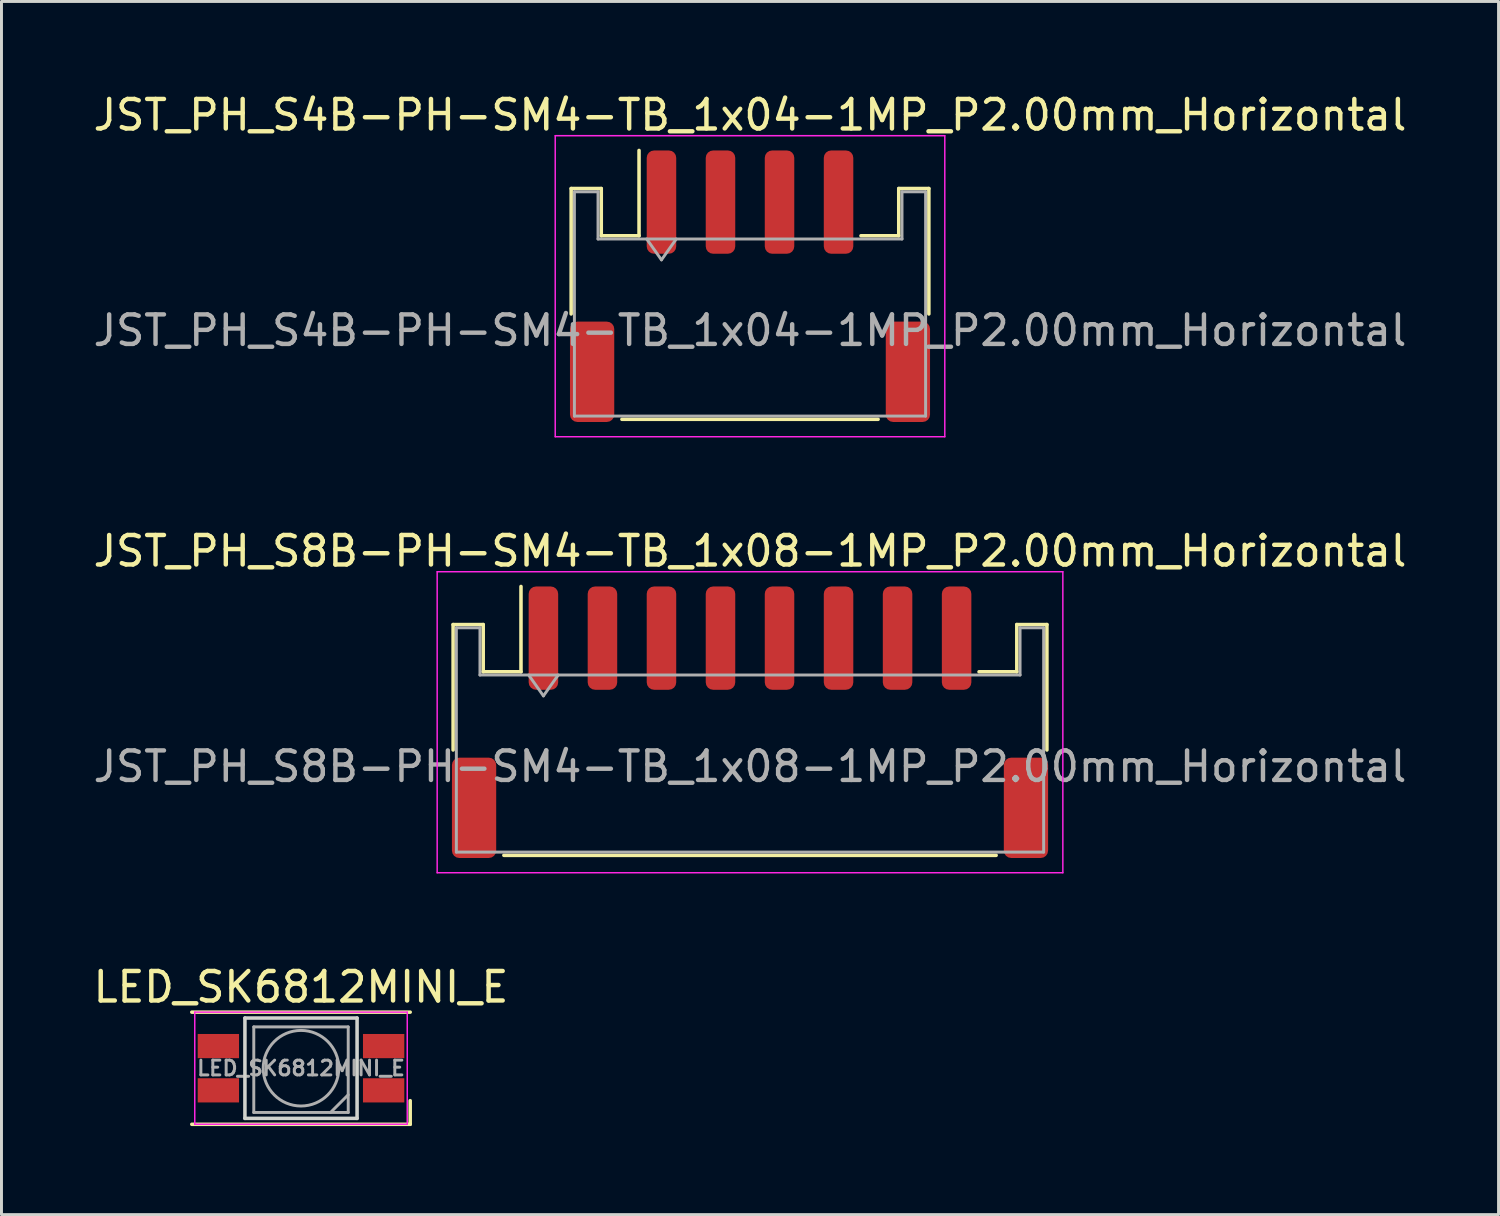
<source format=kicad_pcb>
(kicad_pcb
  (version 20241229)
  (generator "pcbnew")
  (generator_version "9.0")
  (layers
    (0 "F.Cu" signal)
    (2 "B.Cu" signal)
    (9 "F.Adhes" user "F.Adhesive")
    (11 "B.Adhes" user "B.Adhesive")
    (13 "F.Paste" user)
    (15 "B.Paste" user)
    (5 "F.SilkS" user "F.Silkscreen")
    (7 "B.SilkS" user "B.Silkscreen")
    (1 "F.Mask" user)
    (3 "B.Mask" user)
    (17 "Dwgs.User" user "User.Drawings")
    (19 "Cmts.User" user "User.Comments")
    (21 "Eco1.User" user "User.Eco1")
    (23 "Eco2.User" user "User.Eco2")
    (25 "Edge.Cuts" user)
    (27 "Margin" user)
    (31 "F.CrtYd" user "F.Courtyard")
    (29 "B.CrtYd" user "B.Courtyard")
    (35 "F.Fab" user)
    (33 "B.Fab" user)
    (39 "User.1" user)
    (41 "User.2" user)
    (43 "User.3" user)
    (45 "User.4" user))
  (footprint "LED_SK6812MINI_E"
    (layer "F.Cu")
    (at 7.149 33.145)
    (property "Reference" "LED_SK6812MINI_E" (at 0 -2.75 0) (layer "F.SilkS") (effects (font (size 1 1) (thickness 0.15))))
    (attr smd)
    (fp_line (start -3.7 -1.9) (end 3.7 -1.9) (stroke (width 0.12) (type default)) (layer "F.SilkS"))
    (fp_line (start -3.7 1.9) (end 3.7 1.9) (stroke (width 0.12) (type default)) (layer "F.SilkS"))
    (fp_line (start 3.7 1.9) (end 3.7 1.1) (stroke (width 0.12) (type default)) (layer "F.SilkS"))
    (fp_line (start -1.9 -1.7) (end 1.9 -1.7) (stroke (width 0.12) (type default)) (layer "Edge.Cuts"))
    (fp_line (start -1.9 1.7) (end -1.9 -1.7) (stroke (width 0.12) (type default)) (layer "Edge.Cuts"))
    (fp_line (start 1.9 -1.7) (end 1.9 1.7) (stroke (width 0.12) (type default)) (layer "Edge.Cuts"))
    (fp_line (start 1.9 1.7) (end -1.9 1.7) (stroke (width 0.12) (type default)) (layer "Edge.Cuts"))
    (fp_line (start -3.6 -1.9) (end 3.6 -1.9) (stroke (width 0.05) (type default)) (layer "F.CrtYd"))
    (fp_line (start -3.6 1.9) (end -3.6 -1.9) (stroke (width 0.05) (type default)) (layer "F.CrtYd"))
    (fp_line (start 3.6 -1.9) (end 3.6 1.9) (stroke (width 0.05) (type default)) (layer "F.CrtYd"))
    (fp_line (start 3.6 1.9) (end -3.6 1.9) (stroke (width 0.05) (type default)) (layer "F.CrtYd"))
    (fp_line (start -1.6 -1.4) (end 1.6 -1.4) (stroke (width 0.1) (type default)) (layer "F.Fab"))
    (fp_line (start -1.6 1.5) (end -1.6 -1.4) (stroke (width 0.1) (type default)) (layer "F.Fab"))
    (fp_line (start 1.6 -1.4) (end 1.6 1.5) (stroke (width 0.1) (type default)) (layer "F.Fab"))
    (fp_line (start 1.6 0.9) (end 1 1.5) (stroke (width 0.1) (type default)) (layer "F.Fab"))
    (fp_line (start 1.6 1.5) (end -1.6 1.5) (stroke (width 0.1) (type default)) (layer "F.Fab"))
    (fp_circle (center 0 0) (end -1 -0.8) (stroke (width 0.1) (type default)) (fill no) (layer "F.Fab"))
    (fp_text user "${REFERENCE}" (at 0 0 0) (layer "F.Fab") (effects (font (size 0.5 0.5) (thickness 0.1))))
    (pad "1" smd rect (at -2.8 -0.75) (size 1.4 0.82) (layers "F.Cu" "F.Mask" "F.Paste"))
    (pad "2" smd rect (at -2.8 0.75) (size 1.4 0.82) (layers "F.Cu" "F.Mask" "F.Paste"))
    (pad "3" smd rect (at 2.8 0.75) (size 1.4 0.82) (layers "F.Cu" "F.Mask" "F.Paste"))
    (pad "4" smd rect (at 2.8 -0.75) (size 1.4 0.82) (layers "F.Cu" "F.Mask" "F.Paste")))
  (footprint "JST_PH_S8B-PH-SM4-TB_1x08-1MP_P2.00mm_Horizontal"
    (layer "F.Cu")
    (at 22.363 21.422)
    (property "Reference" "JST_PH_S8B-PH-SM4-TB_1x08-1MP_P2.00mm_Horizontal" (at 0 -5.8 0) (layer "F.SilkS") (effects (font (size 1 1) (thickness 0.15))))
    (attr smd)
    (fp_line (start -10.06 -3.31) (end -9.04 -3.31) (stroke (width 0.12) (type solid)) (layer "F.SilkS"))
    (fp_line (start -10.06 0.94) (end -10.06 -3.31) (stroke (width 0.12) (type solid)) (layer "F.SilkS"))
    (fp_line (start -9.04 -3.31) (end -9.04 -1.71) (stroke (width 0.12) (type solid)) (layer "F.SilkS"))
    (fp_line (start -9.04 -1.71) (end -7.76 -1.71) (stroke (width 0.12) (type solid)) (layer "F.SilkS"))
    (fp_line (start -8.34 4.51) (end 8.34 4.51) (stroke (width 0.12) (type solid)) (layer "F.SilkS"))
    (fp_line (start -7.76 -1.71) (end -7.76 -4.6) (stroke (width 0.12) (type solid)) (layer "F.SilkS"))
    (fp_line (start 9.04 -3.31) (end 9.04 -1.71) (stroke (width 0.12) (type solid)) (layer "F.SilkS"))
    (fp_line (start 9.04 -1.71) (end 7.76 -1.71) (stroke (width 0.12) (type solid)) (layer "F.SilkS"))
    (fp_line (start 10.06 -3.31) (end 9.04 -3.31) (stroke (width 0.12) (type solid)) (layer "F.SilkS"))
    (fp_line (start 10.06 0.94) (end 10.06 -3.31) (stroke (width 0.12) (type solid)) (layer "F.SilkS"))
    (fp_line (start -10.6 -5.1) (end -10.6 5.1) (stroke (width 0.05) (type solid)) (layer "F.CrtYd"))
    (fp_line (start -10.6 5.1) (end 10.6 5.1) (stroke (width 0.05) (type solid)) (layer "F.CrtYd"))
    (fp_line (start 10.6 -5.1) (end -10.6 -5.1) (stroke (width 0.05) (type solid)) (layer "F.CrtYd"))
    (fp_line (start 10.6 5.1) (end 10.6 -5.1) (stroke (width 0.05) (type solid)) (layer "F.CrtYd"))
    (fp_line (start -9.95 -3.2) (end -9.95 4.4) (stroke (width 0.1) (type solid)) (layer "F.Fab"))
    (fp_line (start -9.95 -3.2) (end -9.15 -3.2) (stroke (width 0.1) (type solid)) (layer "F.Fab"))
    (fp_line (start -9.95 4.4) (end 9.95 4.4) (stroke (width 0.1) (type solid)) (layer "F.Fab"))
    (fp_line (start -9.15 -3.2) (end -9.15 -1.6) (stroke (width 0.1) (type solid)) (layer "F.Fab"))
    (fp_line (start -9.15 -1.6) (end 9.15 -1.6) (stroke (width 0.1) (type solid)) (layer "F.Fab"))
    (fp_line (start -7.5 -1.6) (end -7 -0.893) (stroke (width 0.1) (type solid)) (layer "F.Fab"))
    (fp_line (start -7 -0.893) (end -6.5 -1.6) (stroke (width 0.1) (type solid)) (layer "F.Fab"))
    (fp_line (start 9.15 -3.2) (end 9.95 -3.2) (stroke (width 0.1) (type solid)) (layer "F.Fab"))
    (fp_line (start 9.15 -1.6) (end 9.15 -3.2) (stroke (width 0.1) (type solid)) (layer "F.Fab"))
    (fp_line (start 9.95 -3.2) (end 9.95 4.4) (stroke (width 0.1) (type solid)) (layer "F.Fab"))
    (fp_text user "${REFERENCE}" (at 0 1.5 0) (layer "F.Fab") (effects (font (size 1 1) (thickness 0.15))))
    (pad "" smd roundrect (at -9.35 2.9) (size 1.5 3.4) (layers "F.Cu" "F.Mask" "F.Paste") (roundrect_rratio 0.167))
    (pad "" smd roundrect (at 9.35 2.9) (size 1.5 3.4) (layers "F.Cu" "F.Mask" "F.Paste") (roundrect_rratio 0.167))
    (pad "1" smd roundrect (at -7 -2.85) (size 1 3.5) (layers "F.Cu" "F.Mask" "F.Paste") (roundrect_rratio 0.25))
    (pad "2" smd roundrect (at -5 -2.85) (size 1 3.5) (layers "F.Cu" "F.Mask" "F.Paste") (roundrect_rratio 0.25))
    (pad "3" smd roundrect (at -3 -2.85) (size 1 3.5) (layers "F.Cu" "F.Mask" "F.Paste") (roundrect_rratio 0.25))
    (pad "4" smd roundrect (at -1 -2.85) (size 1 3.5) (layers "F.Cu" "F.Mask" "F.Paste") (roundrect_rratio 0.25))
    (pad "5" smd roundrect (at 1 -2.85) (size 1 3.5) (layers "F.Cu" "F.Mask" "F.Paste") (roundrect_rratio 0.25))
    (pad "6" smd roundrect (at 3 -2.85) (size 1 3.5) (layers "F.Cu" "F.Mask" "F.Paste") (roundrect_rratio 0.25))
    (pad "7" smd roundrect (at 5 -2.85) (size 1 3.5) (layers "F.Cu" "F.Mask" "F.Paste") (roundrect_rratio 0.25))
    (pad "8" smd roundrect (at 7 -2.85) (size 1 3.5) (layers "F.Cu" "F.Mask" "F.Paste") (roundrect_rratio 0.25)))
  (footprint "JST_PH_S4B-PH-SM4-TB_1x04-1MP_P2.00mm_Horizontal"
    (layer "F.Cu")
    (at 22.363 6.648)
    (property "Reference" "JST_PH_S4B-PH-SM4-TB_1x04-1MP_P2.00mm_Horizontal" (at 0 -5.8 0) (layer "F.SilkS") (effects (font (size 1 1) (thickness 0.15))))
    (attr smd)
    (fp_line (start -6.06 -3.31) (end -5.04 -3.31) (stroke (width 0.12) (type solid)) (layer "F.SilkS"))
    (fp_line (start -6.06 0.94) (end -6.06 -3.31) (stroke (width 0.12) (type solid)) (layer "F.SilkS"))
    (fp_line (start -5.04 -3.31) (end -5.04 -1.71) (stroke (width 0.12) (type solid)) (layer "F.SilkS"))
    (fp_line (start -5.04 -1.71) (end -3.76 -1.71) (stroke (width 0.12) (type solid)) (layer "F.SilkS"))
    (fp_line (start -4.34 4.51) (end 4.34 4.51) (stroke (width 0.12) (type solid)) (layer "F.SilkS"))
    (fp_line (start -3.76 -1.71) (end -3.76 -4.6) (stroke (width 0.12) (type solid)) (layer "F.SilkS"))
    (fp_line (start 5.04 -3.31) (end 5.04 -1.71) (stroke (width 0.12) (type solid)) (layer "F.SilkS"))
    (fp_line (start 5.04 -1.71) (end 3.76 -1.71) (stroke (width 0.12) (type solid)) (layer "F.SilkS"))
    (fp_line (start 6.06 -3.31) (end 5.04 -3.31) (stroke (width 0.12) (type solid)) (layer "F.SilkS"))
    (fp_line (start 6.06 0.94) (end 6.06 -3.31) (stroke (width 0.12) (type solid)) (layer "F.SilkS"))
    (fp_line (start -6.6 -5.1) (end -6.6 5.1) (stroke (width 0.05) (type solid)) (layer "F.CrtYd"))
    (fp_line (start -6.6 5.1) (end 6.6 5.1) (stroke (width 0.05) (type solid)) (layer "F.CrtYd"))
    (fp_line (start 6.6 -5.1) (end -6.6 -5.1) (stroke (width 0.05) (type solid)) (layer "F.CrtYd"))
    (fp_line (start 6.6 5.1) (end 6.6 -5.1) (stroke (width 0.05) (type solid)) (layer "F.CrtYd"))
    (fp_line (start -5.95 -3.2) (end -5.95 4.4) (stroke (width 0.1) (type solid)) (layer "F.Fab"))
    (fp_line (start -5.95 -3.2) (end -5.15 -3.2) (stroke (width 0.1) (type solid)) (layer "F.Fab"))
    (fp_line (start -5.95 4.4) (end 5.95 4.4) (stroke (width 0.1) (type solid)) (layer "F.Fab"))
    (fp_line (start -5.15 -3.2) (end -5.15 -1.6) (stroke (width 0.1) (type solid)) (layer "F.Fab"))
    (fp_line (start -5.15 -1.6) (end 5.15 -1.6) (stroke (width 0.1) (type solid)) (layer "F.Fab"))
    (fp_line (start -3.5 -1.6) (end -3 -0.893) (stroke (width 0.1) (type solid)) (layer "F.Fab"))
    (fp_line (start -3 -0.893) (end -2.5 -1.6) (stroke (width 0.1) (type solid)) (layer "F.Fab"))
    (fp_line (start 5.15 -3.2) (end 5.95 -3.2) (stroke (width 0.1) (type solid)) (layer "F.Fab"))
    (fp_line (start 5.15 -1.6) (end 5.15 -3.2) (stroke (width 0.1) (type solid)) (layer "F.Fab"))
    (fp_line (start 5.95 -3.2) (end 5.95 4.4) (stroke (width 0.1) (type solid)) (layer "F.Fab"))
    (fp_text user "${REFERENCE}" (at 0 1.5 0) (layer "F.Fab") (effects (font (size 1 1) (thickness 0.15))))
    (pad "" smd roundrect (at -5.35 2.9) (size 1.5 3.4) (layers "F.Cu" "F.Mask" "F.Paste") (roundrect_rratio 0.167))
    (pad "" smd roundrect (at 5.35 2.9) (size 1.5 3.4) (layers "F.Cu" "F.Mask" "F.Paste") (roundrect_rratio 0.167))
    (pad "1" smd roundrect (at -3 -2.85) (size 1 3.5) (layers "F.Cu" "F.Mask" "F.Paste") (roundrect_rratio 0.25))
    (pad "2" smd roundrect (at -1 -2.85) (size 1 3.5) (layers "F.Cu" "F.Mask" "F.Paste") (roundrect_rratio 0.25))
    (pad "3" smd roundrect (at 1 -2.85) (size 1 3.5) (layers "F.Cu" "F.Mask" "F.Paste") (roundrect_rratio 0.25))
    (pad "4" smd roundrect (at 3 -2.85) (size 1 3.5) (layers "F.Cu" "F.Mask" "F.Paste") (roundrect_rratio 0.25)))
  (gr_rect
    (start -3 -3)
    (end 47.726 38.105)
    (stroke (width 0.1) (type default))
    (fill no)
    (layer "Edge.Cuts")))
</source>
